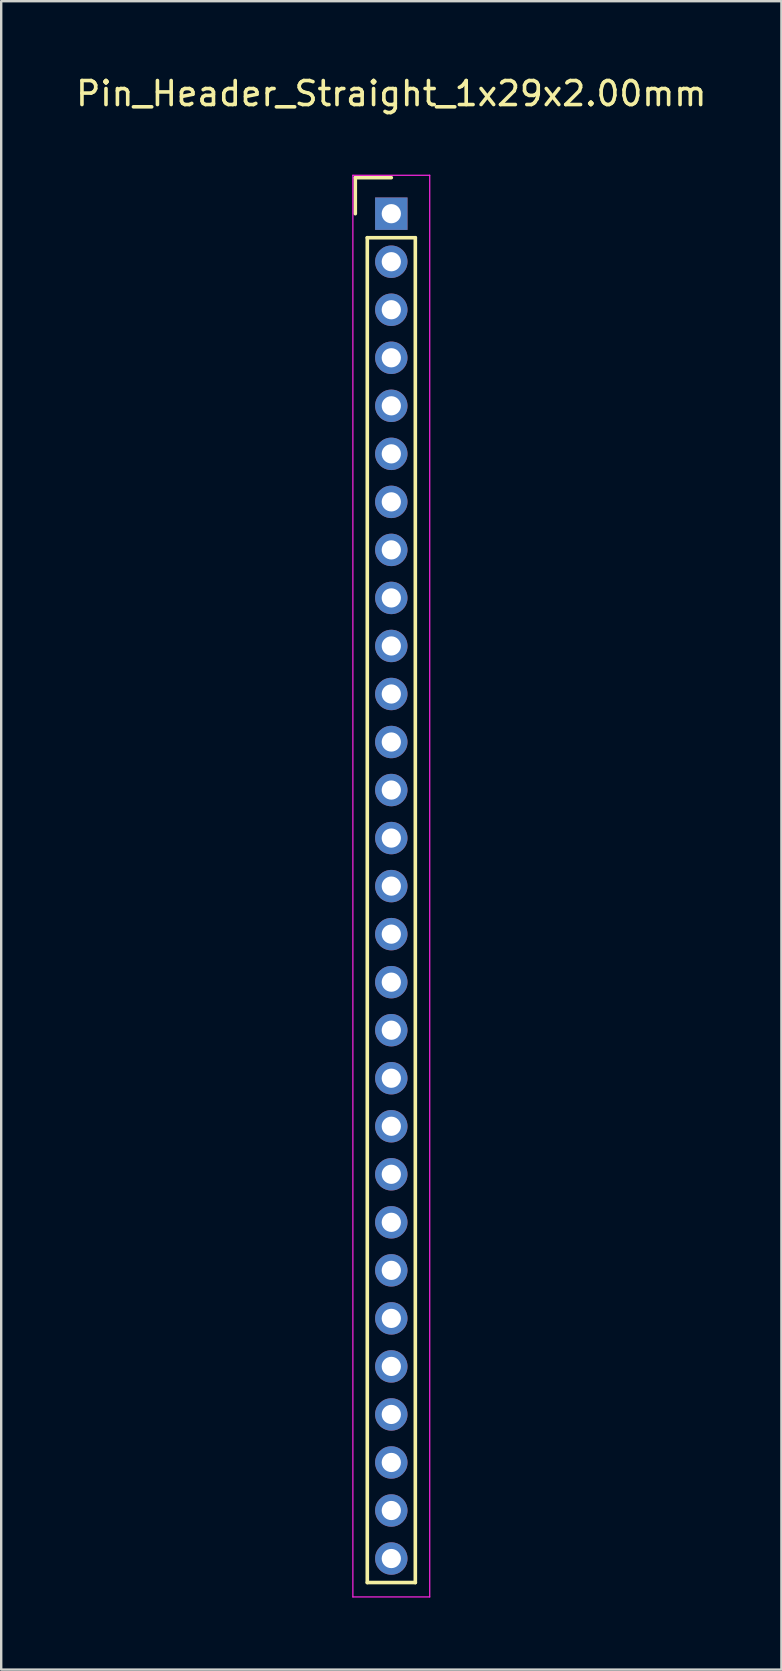
<source format=kicad_pcb>
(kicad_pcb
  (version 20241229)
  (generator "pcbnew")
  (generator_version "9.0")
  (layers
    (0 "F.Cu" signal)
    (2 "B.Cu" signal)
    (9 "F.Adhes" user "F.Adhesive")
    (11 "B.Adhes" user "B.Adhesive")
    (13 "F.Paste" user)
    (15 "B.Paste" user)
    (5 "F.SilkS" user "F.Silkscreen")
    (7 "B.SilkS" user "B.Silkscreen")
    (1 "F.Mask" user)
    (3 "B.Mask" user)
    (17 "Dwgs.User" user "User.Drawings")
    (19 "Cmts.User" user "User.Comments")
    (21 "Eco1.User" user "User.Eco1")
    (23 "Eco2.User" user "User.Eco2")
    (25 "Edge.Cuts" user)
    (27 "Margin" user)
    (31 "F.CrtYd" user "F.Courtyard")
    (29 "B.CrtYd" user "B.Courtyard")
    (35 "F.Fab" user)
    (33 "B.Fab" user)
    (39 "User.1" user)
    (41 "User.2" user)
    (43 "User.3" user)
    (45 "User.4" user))
  (footprint "Pin_Header_Straight_1x29x2.00mm"
    (layer "F.Cu")
    (at 13.244 5.848)
    (property "Reference" "Pin_Header_Straight_1x29x2.00mm" (at 0 -5 0) (layer "F.SilkS") (effects (font (size 1 1) (thickness 0.15))))
    (attr through_hole)
    (fp_line (start -1.5 -1.5) (end 0 -1.5) (stroke (width 0.15) (type solid)) (layer "F.SilkS"))
    (fp_line (start -1.5 0) (end -1.5 -1.5) (stroke (width 0.15) (type solid)) (layer "F.SilkS"))
    (fp_line (start -1 1) (end 1 1) (stroke (width 0.15) (type solid)) (layer "F.SilkS"))
    (fp_line (start -1 57) (end -1 1) (stroke (width 0.15) (type solid)) (layer "F.SilkS"))
    (fp_line (start 1 1) (end 1 57) (stroke (width 0.15) (type solid)) (layer "F.SilkS"))
    (fp_line (start 1 57) (end -1 57) (stroke (width 0.15) (type solid)) (layer "F.SilkS"))
    (fp_line (start -1.6 -1.6) (end 1.6 -1.6) (stroke (width 0.05) (type solid)) (layer "F.CrtYd"))
    (fp_line (start -1.6 57.6) (end -1.6 -1.6) (stroke (width 0.05) (type solid)) (layer "F.CrtYd"))
    (fp_line (start 1.6 -1.6) (end 1.6 57.6) (stroke (width 0.05) (type solid)) (layer "F.CrtYd"))
    (fp_line (start 1.6 57.6) (end -1.6 57.6) (stroke (width 0.05) (type solid)) (layer "F.CrtYd"))
    (pad "1" thru_hole rect (at 0 0) (size 1.35 1.35) (drill 0.8) (layers "*.Cu" "*.Mask"))
    (pad "2" thru_hole circle (at 0 2) (size 1.35 1.35) (drill 0.8) (layers "*.Cu" "*.Mask"))
    (pad "3" thru_hole circle (at 0 4) (size 1.35 1.35) (drill 0.8) (layers "*.Cu" "*.Mask"))
    (pad "4" thru_hole circle (at 0 6) (size 1.35 1.35) (drill 0.8) (layers "*.Cu" "*.Mask"))
    (pad "5" thru_hole circle (at 0 8) (size 1.35 1.35) (drill 0.8) (layers "*.Cu" "*.Mask"))
    (pad "6" thru_hole circle (at 0 10) (size 1.35 1.35) (drill 0.8) (layers "*.Cu" "*.Mask"))
    (pad "7" thru_hole circle (at 0 12) (size 1.35 1.35) (drill 0.8) (layers "*.Cu" "*.Mask"))
    (pad "8" thru_hole circle (at 0 14) (size 1.35 1.35) (drill 0.8) (layers "*.Cu" "*.Mask"))
    (pad "9" thru_hole circle (at 0 16) (size 1.35 1.35) (drill 0.8) (layers "*.Cu" "*.Mask"))
    (pad "10" thru_hole circle (at 0 18) (size 1.35 1.35) (drill 0.8) (layers "*.Cu" "*.Mask"))
    (pad "11" thru_hole circle (at 0 20) (size 1.35 1.35) (drill 0.8) (layers "*.Cu" "*.Mask"))
    (pad "12" thru_hole circle (at 0 22) (size 1.35 1.35) (drill 0.8) (layers "*.Cu" "*.Mask"))
    (pad "13" thru_hole circle (at 0 24) (size 1.35 1.35) (drill 0.8) (layers "*.Cu" "*.Mask"))
    (pad "14" thru_hole circle (at 0 26) (size 1.35 1.35) (drill 0.8) (layers "*.Cu" "*.Mask"))
    (pad "15" thru_hole circle (at 0 28) (size 1.35 1.35) (drill 0.8) (layers "*.Cu" "*.Mask"))
    (pad "16" thru_hole circle (at 0 30) (size 1.35 1.35) (drill 0.8) (layers "*.Cu" "*.Mask"))
    (pad "17" thru_hole circle (at 0 32) (size 1.35 1.35) (drill 0.8) (layers "*.Cu" "*.Mask"))
    (pad "18" thru_hole circle (at 0 34) (size 1.35 1.35) (drill 0.8) (layers "*.Cu" "*.Mask"))
    (pad "19" thru_hole circle (at 0 36) (size 1.35 1.35) (drill 0.8) (layers "*.Cu" "*.Mask"))
    (pad "20" thru_hole circle (at 0 38) (size 1.35 1.35) (drill 0.8) (layers "*.Cu" "*.Mask"))
    (pad "21" thru_hole circle (at 0 40) (size 1.35 1.35) (drill 0.8) (layers "*.Cu" "*.Mask"))
    (pad "22" thru_hole circle (at 0 42) (size 1.35 1.35) (drill 0.8) (layers "*.Cu" "*.Mask"))
    (pad "23" thru_hole circle (at 0 44) (size 1.35 1.35) (drill 0.8) (layers "*.Cu" "*.Mask"))
    (pad "24" thru_hole circle (at 0 46) (size 1.35 1.35) (drill 0.8) (layers "*.Cu" "*.Mask"))
    (pad "25" thru_hole circle (at 0 48) (size 1.35 1.35) (drill 0.8) (layers "*.Cu" "*.Mask"))
    (pad "26" thru_hole circle (at 0 50) (size 1.35 1.35) (drill 0.8) (layers "*.Cu" "*.Mask"))
    (pad "27" thru_hole circle (at 0 52) (size 1.35 1.35) (drill 0.8) (layers "*.Cu" "*.Mask"))
    (pad "28" thru_hole circle (at 0 54) (size 1.35 1.35) (drill 0.8) (layers "*.Cu" "*.Mask"))
    (pad "29" thru_hole circle (at 0 56) (size 1.35 1.35) (drill 0.8) (layers "*.Cu" "*.Mask")))
  (gr_rect
    (start -3 -3)
    (end 29.488 66.473)
    (stroke (width 0.1) (type default))
    (fill no)
    (layer "Edge.Cuts")))
</source>
